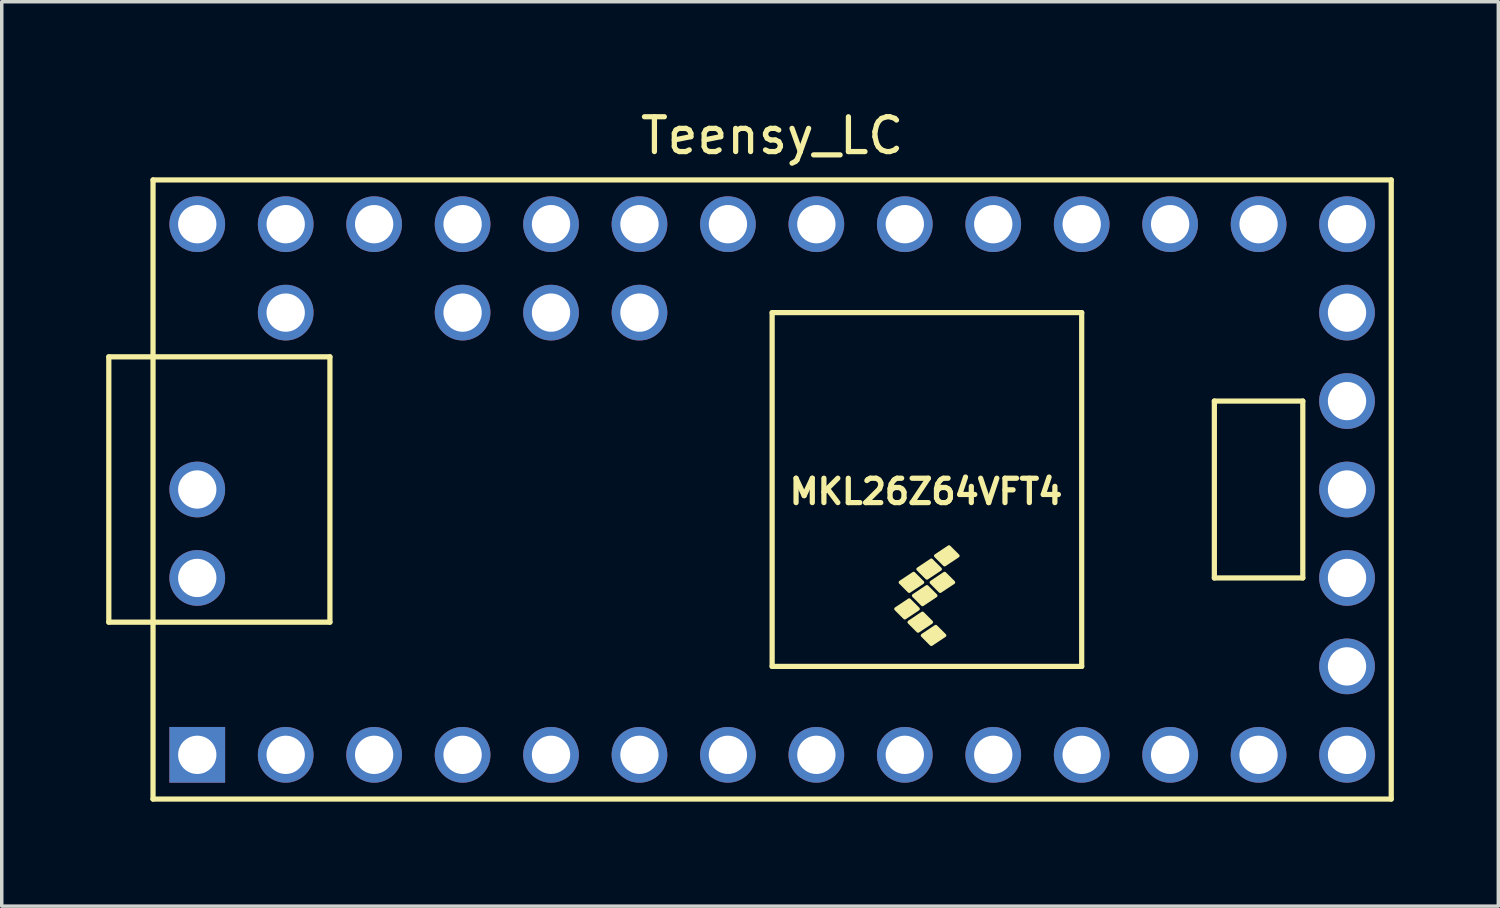
<source format=kicad_pcb>
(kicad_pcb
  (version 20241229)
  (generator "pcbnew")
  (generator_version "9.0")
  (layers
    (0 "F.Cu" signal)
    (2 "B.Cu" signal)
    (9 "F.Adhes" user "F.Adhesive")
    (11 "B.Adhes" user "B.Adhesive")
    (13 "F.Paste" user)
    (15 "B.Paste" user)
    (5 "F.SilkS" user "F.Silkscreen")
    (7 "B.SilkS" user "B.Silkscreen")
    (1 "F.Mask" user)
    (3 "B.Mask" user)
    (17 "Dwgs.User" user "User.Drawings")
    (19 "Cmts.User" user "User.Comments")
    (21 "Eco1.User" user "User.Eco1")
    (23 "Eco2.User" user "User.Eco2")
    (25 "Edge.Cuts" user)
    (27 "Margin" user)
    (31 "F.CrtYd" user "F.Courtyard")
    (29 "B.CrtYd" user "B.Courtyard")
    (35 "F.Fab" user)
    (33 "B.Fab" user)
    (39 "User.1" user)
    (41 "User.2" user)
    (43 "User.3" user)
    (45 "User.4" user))
  (footprint "Teensy_LC"
    (layer "F.Cu")
    (at 19.125 11.008)
    (property "Reference" "Teensy_LC" (at 0 -10.16 0) (layer "F.SilkS") (effects (font (size 1 1) (thickness 0.15))))
    (attr through_hole)
    (fp_line (start -19.05 -3.81) (end -17.78 -3.81) (stroke (width 0.15) (type solid)) (layer "F.SilkS"))
    (fp_line (start -19.05 3.81) (end -19.05 -3.81) (stroke (width 0.15) (type solid)) (layer "F.SilkS"))
    (fp_line (start -17.78 -8.89) (end 17.78 -8.89) (stroke (width 0.15) (type solid)) (layer "F.SilkS"))
    (fp_line (start -17.78 3.81) (end -19.05 3.81) (stroke (width 0.15) (type solid)) (layer "F.SilkS"))
    (fp_line (start -17.78 8.89) (end -17.78 -8.89) (stroke (width 0.15) (type solid)) (layer "F.SilkS"))
    (fp_line (start -12.7 -3.81) (end -17.78 -3.81) (stroke (width 0.15) (type solid)) (layer "F.SilkS"))
    (fp_line (start -12.7 3.81) (end -17.78 3.81) (stroke (width 0.15) (type solid)) (layer "F.SilkS"))
    (fp_line (start -12.7 3.81) (end -12.7 -3.81) (stroke (width 0.15) (type solid)) (layer "F.SilkS"))
    (fp_line (start 0 -5.08) (end 0 5.08) (stroke (width 0.15) (type solid)) (layer "F.SilkS"))
    (fp_line (start 8.89 -5.08) (end 0 -5.08) (stroke (width 0.15) (type solid)) (layer "F.SilkS"))
    (fp_line (start 8.89 5.08) (end 0 5.08) (stroke (width 0.15) (type solid)) (layer "F.SilkS"))
    (fp_line (start 8.89 5.08) (end 8.89 -5.08) (stroke (width 0.15) (type solid)) (layer "F.SilkS"))
    (fp_line (start 12.7 -2.54) (end 15.24 -2.54) (stroke (width 0.15) (type solid)) (layer "F.SilkS"))
    (fp_line (start 12.7 2.54) (end 12.7 -2.54) (stroke (width 0.15) (type solid)) (layer "F.SilkS"))
    (fp_line (start 15.24 -2.54) (end 15.24 2.54) (stroke (width 0.15) (type solid)) (layer "F.SilkS"))
    (fp_line (start 15.24 2.54) (end 12.7 2.54) (stroke (width 0.15) (type solid)) (layer "F.SilkS"))
    (fp_line (start 17.78 -8.89) (end 17.78 8.89) (stroke (width 0.15) (type solid)) (layer "F.SilkS"))
    (fp_line (start 17.78 8.89) (end -17.78 8.89) (stroke (width 0.15) (type solid)) (layer "F.SilkS"))
    (fp_poly (pts (xy 3.81 3.683) (xy 3.556 3.429) (xy 3.937 3.175) (xy 4.191 3.429)) (stroke (width 0.1) (type solid)) (fill yes) (layer "F.SilkS"))
    (fp_poly (pts (xy 3.937 2.921) (xy 3.683 2.667) (xy 4.064 2.413) (xy 4.318 2.667)) (stroke (width 0.1) (type solid)) (fill yes) (layer "F.SilkS"))
    (fp_poly (pts (xy 4.191 4.064) (xy 3.937 3.81) (xy 4.318 3.556) (xy 4.572 3.81)) (stroke (width 0.1) (type solid)) (fill yes) (layer "F.SilkS"))
    (fp_poly (pts (xy 4.318 3.302) (xy 4.064 3.048) (xy 4.445 2.794) (xy 4.699 3.048)) (stroke (width 0.1) (type solid)) (fill yes) (layer "F.SilkS"))
    (fp_poly (pts (xy 4.445 2.54) (xy 4.191 2.286) (xy 4.572 2.032) (xy 4.826 2.286)) (stroke (width 0.1) (type solid)) (fill yes) (layer "F.SilkS"))
    (fp_poly (pts (xy 4.572 4.445) (xy 4.318 4.191) (xy 4.699 3.937) (xy 4.953 4.191)) (stroke (width 0.1) (type solid)) (fill yes) (layer "F.SilkS"))
    (fp_poly (pts (xy 4.826 2.921) (xy 4.572 2.667) (xy 4.953 2.413) (xy 5.207 2.667)) (stroke (width 0.1) (type solid)) (fill yes) (layer "F.SilkS"))
    (fp_poly (pts (xy 4.953 2.159) (xy 4.699 1.905) (xy 5.08 1.651) (xy 5.334 1.905)) (stroke (width 0.1) (type solid)) (fill yes) (layer "F.SilkS"))
    (fp_text user "MKL26Z64VFT4" (at 4.42 0.06 0) (layer "F.SilkS") (effects (font (size 0.7 0.7) (thickness 0.15))))
    (pad "1" thru_hole rect (at -16.51 7.62) (size 1.6 1.6) (drill 1.1) (layers "*.Cu" "*.Mask"))
    (pad "2" thru_hole circle (at -13.97 7.62) (size 1.6 1.6) (drill 1.1) (layers "*.Cu" "*.Mask"))
    (pad "3" thru_hole circle (at -11.43 7.62) (size 1.6 1.6) (drill 1.1) (layers "*.Cu" "*.Mask"))
    (pad "4" thru_hole circle (at -8.89 7.62) (size 1.6 1.6) (drill 1.1) (layers "*.Cu" "*.Mask"))
    (pad "5" thru_hole circle (at -6.35 7.62) (size 1.6 1.6) (drill 1.1) (layers "*.Cu" "*.Mask"))
    (pad "6" thru_hole circle (at -3.81 7.62) (size 1.6 1.6) (drill 1.1) (layers "*.Cu" "*.Mask"))
    (pad "7" thru_hole circle (at -1.27 7.62) (size 1.6 1.6) (drill 1.1) (layers "*.Cu" "*.Mask"))
    (pad "8" thru_hole circle (at 1.27 7.62) (size 1.6 1.6) (drill 1.1) (layers "*.Cu" "*.Mask"))
    (pad "9" thru_hole circle (at 3.81 7.62) (size 1.6 1.6) (drill 1.1) (layers "*.Cu" "*.Mask"))
    (pad "10" thru_hole circle (at 6.35 7.62) (size 1.6 1.6) (drill 1.1) (layers "*.Cu" "*.Mask"))
    (pad "11" thru_hole circle (at 8.89 7.62) (size 1.6 1.6) (drill 1.1) (layers "*.Cu" "*.Mask"))
    (pad "12" thru_hole circle (at 11.43 7.62) (size 1.6 1.6) (drill 1.1) (layers "*.Cu" "*.Mask"))
    (pad "13" thru_hole circle (at 13.97 7.62) (size 1.6 1.6) (drill 1.1) (layers "*.Cu" "*.Mask"))
    (pad "14" thru_hole circle (at 16.51 7.62) (size 1.6 1.6) (drill 1.1) (layers "*.Cu" "*.Mask"))
    (pad "15" thru_hole circle (at 16.51 5.08) (size 1.6 1.6) (drill 1.1) (layers "*.Cu" "*.Mask"))
    (pad "16" thru_hole circle (at 16.51 2.54) (size 1.6 1.6) (drill 1.1) (layers "*.Cu" "*.Mask"))
    (pad "17" thru_hole circle (at 16.51 0) (size 1.6 1.6) (drill 1.1) (layers "*.Cu" "*.Mask"))
    (pad "18" thru_hole circle (at 16.51 -2.54) (size 1.6 1.6) (drill 1.1) (layers "*.Cu" "*.Mask"))
    (pad "19" thru_hole circle (at 16.51 -5.08) (size 1.6 1.6) (drill 1.1) (layers "*.Cu" "*.Mask"))
    (pad "20" thru_hole circle (at 16.51 -7.62) (size 1.6 1.6) (drill 1.1) (layers "*.Cu" "*.Mask"))
    (pad "21" thru_hole circle (at 13.97 -7.62) (size 1.6 1.6) (drill 1.1) (layers "*.Cu" "*.Mask"))
    (pad "22" thru_hole circle (at 11.43 -7.62) (size 1.6 1.6) (drill 1.1) (layers "*.Cu" "*.Mask"))
    (pad "23" thru_hole circle (at 8.89 -7.62) (size 1.6 1.6) (drill 1.1) (layers "*.Cu" "*.Mask"))
    (pad "24" thru_hole circle (at 6.35 -7.62) (size 1.6 1.6) (drill 1.1) (layers "*.Cu" "*.Mask"))
    (pad "25" thru_hole circle (at 3.81 -7.62) (size 1.6 1.6) (drill 1.1) (layers "*.Cu" "*.Mask"))
    (pad "26" thru_hole circle (at 1.27 -7.62) (size 1.6 1.6) (drill 1.1) (layers "*.Cu" "*.Mask"))
    (pad "27" thru_hole circle (at -1.27 -7.62) (size 1.6 1.6) (drill 1.1) (layers "*.Cu" "*.Mask"))
    (pad "28" thru_hole circle (at -3.81 -7.62) (size 1.6 1.6) (drill 1.1) (layers "*.Cu" "*.Mask"))
    (pad "29" thru_hole circle (at -6.35 -7.62) (size 1.6 1.6) (drill 1.1) (layers "*.Cu" "*.Mask"))
    (pad "30" thru_hole circle (at -8.89 -7.62) (size 1.6 1.6) (drill 1.1) (layers "*.Cu" "*.Mask"))
    (pad "31" thru_hole circle (at -11.43 -7.62) (size 1.6 1.6) (drill 1.1) (layers "*.Cu" "*.Mask"))
    (pad "32" thru_hole circle (at -13.97 -7.62) (size 1.6 1.6) (drill 1.1) (layers "*.Cu" "*.Mask"))
    (pad "33" thru_hole circle (at -16.51 -7.62) (size 1.6 1.6) (drill 1.1) (layers "*.Cu" "*.Mask"))
    (pad "34" thru_hole circle (at -13.97 -5.08) (size 1.6 1.6) (drill 1.1) (layers "*.Cu" "*.Mask"))
    (pad "35" thru_hole circle (at -8.89 -5.08) (size 1.6 1.6) (drill 1.1) (layers "*.Cu" "*.Mask"))
    (pad "36" thru_hole circle (at -6.35 -5.08) (size 1.6 1.6) (drill 1.1) (layers "*.Cu" "*.Mask"))
    (pad "37" thru_hole circle (at -3.81 -5.08) (size 1.6 1.6) (drill 1.1) (layers "*.Cu" "*.Mask"))
    (pad "38" thru_hole circle (at -16.51 2.54) (size 1.6 1.6) (drill 1.1) (layers "*.Cu" "*.Mask"))
    (pad "39" thru_hole circle (at -16.51 0) (size 1.6 1.6) (drill 1.1) (layers "*.Cu" "*.Mask")))
  (gr_rect
    (start -3 -3)
    (end 39.98 22.973)
    (stroke (width 0.1) (type default))
    (fill no)
    (layer "Edge.Cuts")))
</source>
